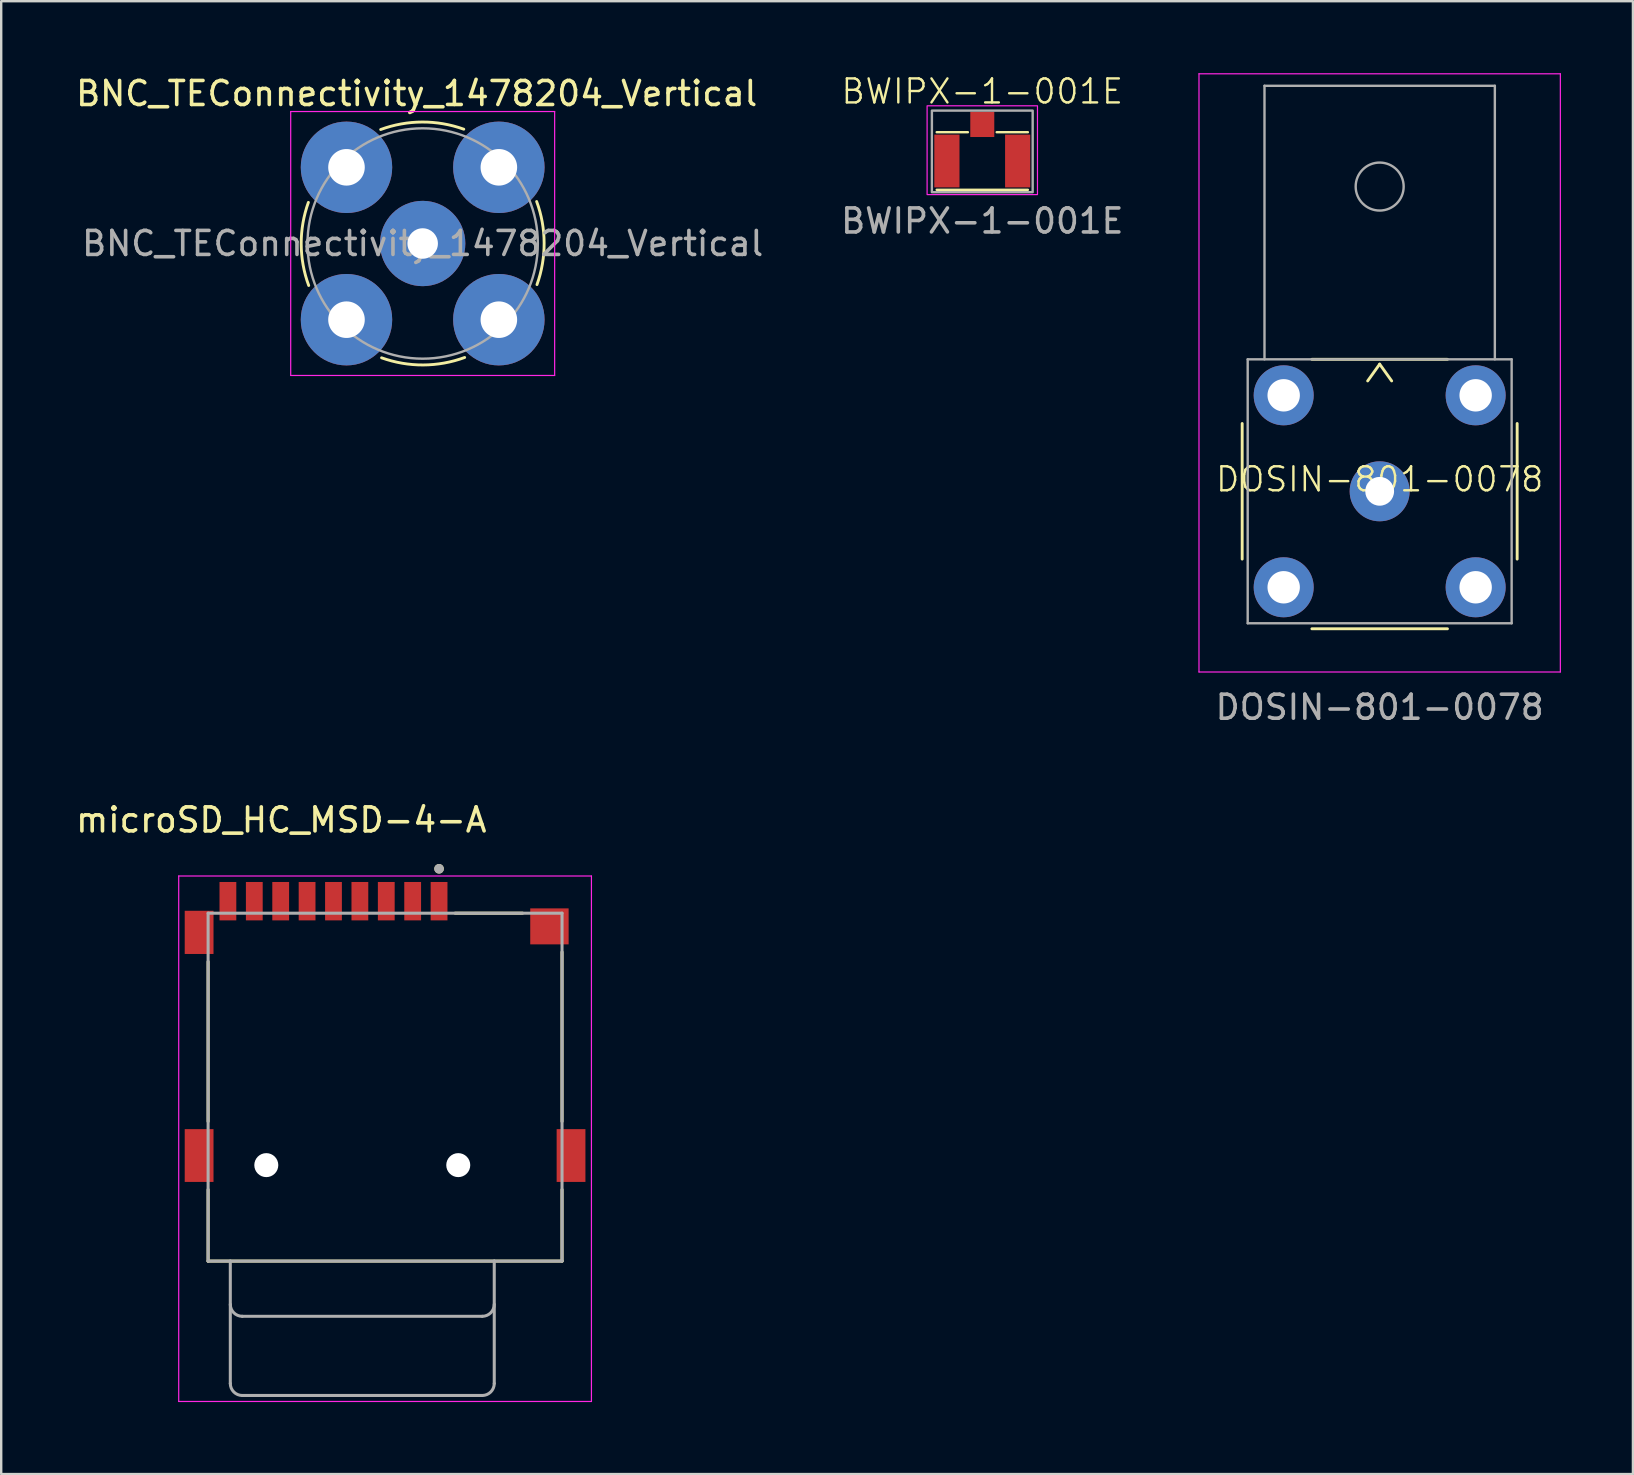
<source format=kicad_pcb>
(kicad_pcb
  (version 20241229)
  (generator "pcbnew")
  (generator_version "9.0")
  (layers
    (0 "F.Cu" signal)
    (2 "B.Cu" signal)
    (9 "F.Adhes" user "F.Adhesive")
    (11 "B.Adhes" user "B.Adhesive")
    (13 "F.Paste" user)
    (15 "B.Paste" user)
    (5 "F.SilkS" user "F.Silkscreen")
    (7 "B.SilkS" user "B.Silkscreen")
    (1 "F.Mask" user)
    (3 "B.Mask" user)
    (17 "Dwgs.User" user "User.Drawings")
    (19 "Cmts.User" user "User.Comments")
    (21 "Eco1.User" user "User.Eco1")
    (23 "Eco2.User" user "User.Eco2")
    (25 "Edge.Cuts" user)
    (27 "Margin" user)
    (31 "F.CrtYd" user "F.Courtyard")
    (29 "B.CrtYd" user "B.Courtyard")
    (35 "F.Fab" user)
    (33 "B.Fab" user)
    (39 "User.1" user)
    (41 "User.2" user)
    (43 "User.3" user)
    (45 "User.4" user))
  (footprint "BNC_TEConnectivity_1478204_Vertical"
    (layer "F.Cu")
    (at 14.565 7.098)
    (property "Reference" "BNC_TEConnectivity_1478204_Vertical" (at -0.25 -6.25 0) (layer "F.SilkS") (effects (font (size 1 1) (thickness 0.15))))
    (attr through_hole)
    (fp_arc (start -4.75 1.75) (mid -5.062075 0.019867) (end -4.763589 -1.712663) (stroke (width 0.12) (type solid)) (layer "F.SilkS"))
    (fp_arc (start -1.75 -4.75) (mid -0.019867 -5.062075) (end 1.712663 -4.763589) (stroke (width 0.12) (type solid)) (layer "F.SilkS"))
    (fp_arc (start 1.75 4.75) (mid 0.019867 5.062075) (end -1.712663 4.763589) (stroke (width 0.12) (type solid)) (layer "F.SilkS"))
    (fp_arc (start 4.75 -1.75) (mid 5.062075 -0.019867) (end 4.763589 1.712663) (stroke (width 0.12) (type solid)) (layer "F.SilkS"))
    (fp_line (start -5.5 -5.5) (end 5.5 -5.5) (stroke (width 0.05) (type solid)) (layer "F.CrtYd"))
    (fp_line (start -5.5 5.5) (end -5.5 -5.5) (stroke (width 0.05) (type solid)) (layer "F.CrtYd"))
    (fp_line (start 5.5 -5.5) (end 5.5 5.5) (stroke (width 0.05) (type solid)) (layer "F.CrtYd"))
    (fp_line (start 5.5 5.5) (end -5.5 5.5) (stroke (width 0.05) (type solid)) (layer "F.CrtYd"))
    (fp_circle (center 0 0) (end 4.8 0) (stroke (width 0.1) (type solid)) (fill no) (layer "F.Fab"))
    (fp_text user "${REFERENCE}" (at 0 0 0) (layer "F.Fab") (effects (font (size 1 1) (thickness 0.15))))
    (pad "1" thru_hole circle (at 0 0) (size 3.556 3.556) (drill 1.27) (layers "*.Cu" "*.Mask"))
    (pad "2" thru_hole circle (at -3.175 -3.175) (size 3.81 3.81) (drill 1.524) (layers "*.Cu" "*.Mask"))
    (pad "2" thru_hole circle (at -3.175 3.175) (size 3.81 3.81) (drill 1.524) (layers "*.Cu" "*.Mask"))
    (pad "2" thru_hole circle (at 3.175 -3.175) (size 3.81 3.81) (drill 1.524) (layers "*.Cu" "*.Mask"))
    (pad "2" thru_hole circle (at 3.175 3.175) (size 3.81 3.81) (drill 1.524) (layers "*.Cu" "*.Mask")))
  (footprint "BWIPX-1-001E"
    (layer "F.Cu")
    (at 37.887 3.66)
    (property "Reference" "BWIPX-1-001E" (at 0 -2.9 0) (unlocked yes) (layer "F.SilkS") (effects (font (size 1 1) (thickness 0.1))))
    (attr smd)
    (fp_line (start -1.9 1.2) (end 1.9 1.2) (stroke (width 0.1) (type default)) (layer "F.SilkS"))
    (fp_line (start -0.6 -1.2) (end -1.9 -1.2) (stroke (width 0.1) (type default)) (layer "F.SilkS"))
    (fp_line (start 0.6 -1.2) (end 1.9 -1.2) (stroke (width 0.1) (type default)) (layer "F.SilkS"))
    (fp_rect (start -2.3 -2.3) (end 2.3 1.4) (stroke (width 0.05) (type default)) (fill no) (layer "F.CrtYd"))
    (fp_rect (start -2.1 -2.1) (end 2.1 1.3) (stroke (width 0.1) (type default)) (fill no) (layer "F.Fab"))
    (fp_text user "${REFERENCE}" (at 0 2.5 0) (unlocked yes) (layer "F.Fab") (effects (font (size 1 1) (thickness 0.15))))
    (pad "1" smd rect (at 0 -1.525) (size 1 1.05) (layers "F.Cu" "F.Mask" "F.Paste"))
    (pad "2" smd rect (at -1.475 0) (size 1.05 2.2) (layers "F.Cu" "F.Mask" "F.Paste"))
    (pad "2" smd rect (at 1.475 0) (size 1.05 2.2) (layers "F.Cu" "F.Mask" "F.Paste")))
  (footprint "microSD_HC_MSD-4-A"
    (layer "F.Cu")
    (at 12.998 42.257)
    (property "Reference" "microSD_HC_MSD-4-A" (at -4.325 -11.135 0) (layer "F.SilkS") (effects (font (size 1 1) (thickness 0.15))))
    (attr smd)
    (fp_line (start -7.375 -5.23) (end -7.375 1.43) (stroke (width 0.127) (type solid)) (layer "F.SilkS"))
    (fp_line (start -7.375 4.27) (end -7.375 7.25) (stroke (width 0.127) (type solid)) (layer "F.SilkS"))
    (fp_line (start -7.375 7.25) (end 7.375 7.25) (stroke (width 0.127) (type solid)) (layer "F.SilkS"))
    (fp_line (start 5.73 -7.25) (end 2.92 -7.25) (stroke (width 0.127) (type solid)) (layer "F.SilkS"))
    (fp_line (start 7.375 -5.63) (end 7.375 1.43) (stroke (width 0.127) (type solid)) (layer "F.SilkS"))
    (fp_line (start 7.375 4.27) (end 7.375 7.25) (stroke (width 0.127) (type solid)) (layer "F.SilkS"))
    (fp_circle (center 2.25 -9.1) (end 2.35 -9.1) (stroke (width 0.2) (type solid)) (fill no) (layer "F.SilkS"))
    (fp_line (start -8.6 -8.8) (end 8.6 -8.8) (stroke (width 0.05) (type solid)) (layer "F.CrtYd"))
    (fp_line (start -8.6 13.1) (end -8.6 -8.8) (stroke (width 0.05) (type solid)) (layer "F.CrtYd"))
    (fp_line (start 8.6 -8.8) (end 8.6 13.1) (stroke (width 0.05) (type solid)) (layer "F.CrtYd"))
    (fp_line (start 8.6 13.1) (end -8.6 13.1) (stroke (width 0.05) (type solid)) (layer "F.CrtYd"))
    (fp_line (start -7.375 -7.25) (end -7.375 7.25) (stroke (width 0.127) (type solid)) (layer "F.Fab"))
    (fp_line (start -7.375 7.25) (end -6.45 7.25) (stroke (width 0.127) (type solid)) (layer "F.Fab"))
    (fp_line (start -6.45 7.25) (end -6.45 12.35) (stroke (width 0.127) (type solid)) (layer "F.Fab"))
    (fp_line (start -6.45 7.25) (end 4.55 7.25) (stroke (width 0.127) (type solid)) (layer "F.Fab"))
    (fp_line (start -5.95 9.55) (end 4.05 9.55) (stroke (width 0.127) (type solid)) (layer "F.Fab"))
    (fp_line (start -5.95 12.85) (end 4.05 12.85) (stroke (width 0.127) (type solid)) (layer "F.Fab"))
    (fp_line (start 4.55 7.25) (end 7.375 7.25) (stroke (width 0.127) (type solid)) (layer "F.Fab"))
    (fp_line (start 4.55 12.35) (end 4.55 7.25) (stroke (width 0.127) (type solid)) (layer "F.Fab"))
    (fp_line (start 7.375 -7.25) (end -7.375 -7.25) (stroke (width 0.127) (type solid)) (layer "F.Fab"))
    (fp_line (start 7.375 7.25) (end 7.375 -7.25) (stroke (width 0.127) (type solid)) (layer "F.Fab"))
    (fp_arc (start -5.95 9.55) (mid -6.303553 9.403553) (end -6.45 9.05) (stroke (width 0.127) (type solid)) (layer "F.Fab"))
    (fp_arc (start -5.95 12.85) (mid -6.303553 12.703553) (end -6.45 12.35) (stroke (width 0.127) (type solid)) (layer "F.Fab"))
    (fp_arc (start 4.55 9.05) (mid 4.403553 9.403553) (end 4.05 9.55) (stroke (width 0.127) (type solid)) (layer "F.Fab"))
    (fp_arc (start 4.55 12.35) (mid 4.403553 12.703553) (end 4.05 12.85) (stroke (width 0.127) (type solid)) (layer "F.Fab"))
    (fp_circle (center 2.25 -9.1) (end 2.35 -9.1) (stroke (width 0.2) (type solid)) (fill no) (layer "F.Fab"))
    (pad "" np_thru_hole circle (at -4.95 3.25) (size 1 1) (drill 1) (layers "*.Cu" "*.Mask"))
    (pad "" np_thru_hole circle (at 3.05 3.25) (size 1 1) (drill 1) (layers "*.Cu" "*.Mask"))
    (pad "1" smd rect (at 2.25 -7.75) (size 0.7 1.6) (layers "F.Cu" "F.Mask" "F.Paste"))
    (pad "2" smd rect (at 1.15 -7.75) (size 0.7 1.6) (layers "F.Cu" "F.Mask" "F.Paste"))
    (pad "3" smd rect (at 0.05 -7.75) (size 0.7 1.6) (layers "F.Cu" "F.Mask" "F.Paste"))
    (pad "4" smd rect (at -1.05 -7.75) (size 0.7 1.6) (layers "F.Cu" "F.Mask" "F.Paste"))
    (pad "5" smd rect (at -2.15 -7.75) (size 0.7 1.6) (layers "F.Cu" "F.Mask" "F.Paste"))
    (pad "6" smd rect (at -3.25 -7.75) (size 0.7 1.6) (layers "F.Cu" "F.Mask" "F.Paste"))
    (pad "7" smd rect (at -4.35 -7.75) (size 0.7 1.6) (layers "F.Cu" "F.Mask" "F.Paste"))
    (pad "8" smd rect (at -5.45 -7.75) (size 0.7 1.6) (layers "F.Cu" "F.Mask" "F.Paste"))
    (pad "9" smd rect (at -6.55 -7.75) (size 0.7 1.6) (layers "F.Cu" "F.Mask" "F.Paste"))
    (pad "10" smd rect (at -7.75 -6.45) (size 1.2 1.8) (layers "F.Cu" "F.Mask" "F.Paste"))
    (pad "10" smd rect (at -7.75 2.85) (size 1.2 2.2) (layers "F.Cu" "F.Mask" "F.Paste"))
    (pad "10" smd rect (at 6.85 -6.7) (size 1.6 1.5) (layers "F.Cu" "F.Mask" "F.Paste"))
    (pad "10" smd rect (at 7.75 2.85) (size 1.2 2.2) (layers "F.Cu" "F.Mask" "F.Paste")))
  (footprint "DOSIN-801-0078"
    (layer "F.Cu")
    (at 54.448 17.425)
    (property "Reference" "DOSIN-801-0078" (at 0 -0.5 0) (unlocked yes) (layer "F.SilkS") (effects (font (size 1 1) (thickness 0.1))))
    (attr smd)
    (fp_line (start -5.73 -2.825) (end -5.73 2.825) (stroke (width 0.12) (type solid)) (layer "F.SilkS"))
    (fp_line (start -2.825 5.73) (end 2.825 5.73) (stroke (width 0.12) (type solid)) (layer "F.SilkS"))
    (fp_line (start 0 -5.3) (end -0.5 -4.6) (stroke (width 0.12) (type solid)) (layer "F.SilkS"))
    (fp_line (start 0 -5.3) (end 0.5 -4.6) (stroke (width 0.12) (type solid)) (layer "F.SilkS"))
    (fp_line (start 2.825 -5.5) (end -2.825 -5.5) (stroke (width 0.12) (type solid)) (layer "F.SilkS"))
    (fp_line (start 5.73 2.825) (end 5.73 -2.825) (stroke (width 0.12) (type solid)) (layer "F.SilkS"))
    (fp_line (start -7.53 -17.4) (end 7.53 -17.4) (stroke (width 0.05) (type solid)) (layer "F.CrtYd"))
    (fp_line (start -7.53 7.53) (end -7.53 -17.4) (stroke (width 0.05) (type solid)) (layer "F.CrtYd"))
    (fp_line (start 7.53 -17.4) (end 7.53 7.53) (stroke (width 0.05) (type solid)) (layer "F.CrtYd"))
    (fp_line (start 7.53 7.53) (end -7.53 7.53) (stroke (width 0.05) (type solid)) (layer "F.CrtYd"))
    (fp_line (start -5.5 -5.5) (end 5.5 -5.5) (stroke (width 0.1) (type solid)) (layer "F.Fab"))
    (fp_line (start -5.5 5.5) (end -5.5 -5.5) (stroke (width 0.1) (type solid)) (layer "F.Fab"))
    (fp_line (start -4.8 -5.5) (end -4.8 -16.9) (stroke (width 0.1) (type solid)) (layer "F.Fab"))
    (fp_line (start 4.8 -16.9) (end -4.8 -16.9) (stroke (width 0.1) (type solid)) (layer "F.Fab"))
    (fp_line (start 4.8 -5.5) (end 4.8 -16.9) (stroke (width 0.1) (type solid)) (layer "F.Fab"))
    (fp_line (start 5.5 -5.5) (end 5.5 5.5) (stroke (width 0.1) (type solid)) (layer "F.Fab"))
    (fp_line (start 5.5 5.5) (end -5.5 5.5) (stroke (width 0.1) (type solid)) (layer "F.Fab"))
    (fp_circle (center 0 -12.7) (end 1 -12.7) (stroke (width 0.1) (type solid)) (fill no) (layer "F.Fab"))
    (fp_text user "${REFERENCE}" (at 0 9 0) (unlocked yes) (layer "F.Fab") (effects (font (size 1 1) (thickness 0.15))))
    (pad "1" thru_hole circle (at 0 0) (size 2.5 2.5) (drill 1.2) (layers "*.Cu" "*.Mask"))
    (pad "2" thru_hole circle (at -4 -4) (size 2.5 2.5) (drill 1.35) (layers "*.Cu" "*.Mask"))
    (pad "2" thru_hole circle (at -4 4) (size 2.5 2.5) (drill 1.35) (layers "*.Cu" "*.Mask"))
    (pad "2" thru_hole circle (at 4 -4) (size 2.5 2.5) (drill 1.35) (layers "*.Cu" "*.Mask"))
    (pad "2" thru_hole circle (at 4 4) (size 2.5 2.5) (drill 1.35) (layers "*.Cu" "*.Mask")))
  (gr_rect
    (start -3 -3)
    (end 65.003 58.382)
    (stroke (width 0.1) (type default))
    (fill no)
    (layer "Edge.Cuts")))
</source>
